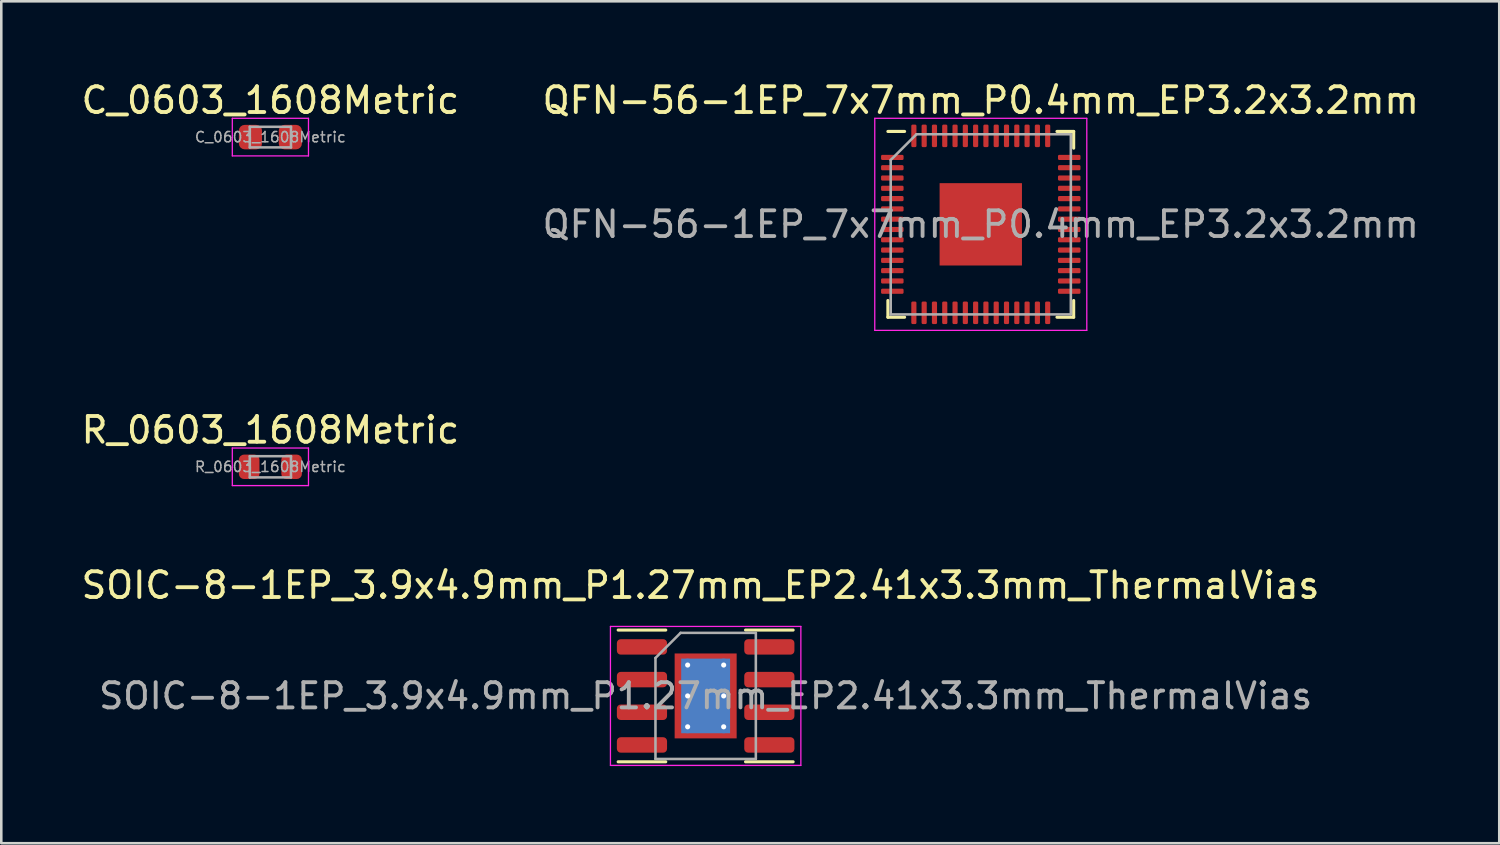
<source format=kicad_pcb>
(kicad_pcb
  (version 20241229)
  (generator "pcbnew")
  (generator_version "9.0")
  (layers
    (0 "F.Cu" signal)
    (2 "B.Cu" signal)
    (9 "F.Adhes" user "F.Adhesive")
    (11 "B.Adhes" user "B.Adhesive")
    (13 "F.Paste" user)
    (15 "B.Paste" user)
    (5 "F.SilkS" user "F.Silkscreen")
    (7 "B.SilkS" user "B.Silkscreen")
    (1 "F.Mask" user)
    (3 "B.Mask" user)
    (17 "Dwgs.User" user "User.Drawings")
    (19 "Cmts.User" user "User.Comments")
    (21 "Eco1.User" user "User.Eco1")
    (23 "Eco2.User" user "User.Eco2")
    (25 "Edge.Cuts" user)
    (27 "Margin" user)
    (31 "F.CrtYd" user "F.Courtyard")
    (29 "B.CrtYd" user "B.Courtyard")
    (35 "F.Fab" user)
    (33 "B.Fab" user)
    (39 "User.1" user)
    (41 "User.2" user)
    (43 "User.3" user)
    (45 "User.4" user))
  (footprint "R_0603_1608Metric"
    (layer "F.Cu")
    (at 7.458 15.091)
    (property "Reference" "R_0603_1608Metric" (at 0 -1.43 0) (layer "F.SilkS") (effects (font (size 1 1) (thickness 0.15))))
    (attr smd)
    (fp_line (start -1.48 -0.73) (end 1.48 -0.73) (stroke (width 0.05) (type solid)) (layer "F.CrtYd"))
    (fp_line (start -1.48 0.73) (end -1.48 -0.73) (stroke (width 0.05) (type solid)) (layer "F.CrtYd"))
    (fp_line (start 1.48 -0.73) (end 1.48 0.73) (stroke (width 0.05) (type solid)) (layer "F.CrtYd"))
    (fp_line (start 1.48 0.73) (end -1.48 0.73) (stroke (width 0.05) (type solid)) (layer "F.CrtYd"))
    (fp_line (start -0.8 -0.412) (end 0.8 -0.412) (stroke (width 0.1) (type solid)) (layer "F.Fab"))
    (fp_line (start -0.8 0.412) (end -0.8 -0.412) (stroke (width 0.1) (type solid)) (layer "F.Fab"))
    (fp_line (start 0.8 -0.412) (end 0.8 0.412) (stroke (width 0.1) (type solid)) (layer "F.Fab"))
    (fp_line (start 0.8 0.412) (end -0.8 0.412) (stroke (width 0.1) (type solid)) (layer "F.Fab"))
    (fp_text user "${REFERENCE}" (at 0 0 0) (layer "F.Fab") (effects (font (size 0.4 0.4) (thickness 0.06))))
    (pad "1" smd roundrect (at -0.825 0) (size 0.8 0.95) (layers "F.Cu" "F.Mask" "F.Paste") (roundrect_rratio 0.25))
    (pad "2" smd roundrect (at 0.825 0) (size 0.8 0.95) (layers "F.Cu" "F.Mask" "F.Paste") (roundrect_rratio 0.25)))
  (footprint "C_0603_1608Metric"
    (layer "F.Cu")
    (at 7.458 2.278)
    (property "Reference" "C_0603_1608Metric" (at 0 -1.43 0) (layer "F.SilkS") (effects (font (size 1 1) (thickness 0.15))))
    (attr smd)
    (fp_line (start -1.48 -0.73) (end 1.48 -0.73) (stroke (width 0.05) (type solid)) (layer "F.CrtYd"))
    (fp_line (start -1.48 0.73) (end -1.48 -0.73) (stroke (width 0.05) (type solid)) (layer "F.CrtYd"))
    (fp_line (start 1.48 -0.73) (end 1.48 0.73) (stroke (width 0.05) (type solid)) (layer "F.CrtYd"))
    (fp_line (start 1.48 0.73) (end -1.48 0.73) (stroke (width 0.05) (type solid)) (layer "F.CrtYd"))
    (fp_line (start -0.8 -0.4) (end 0.8 -0.4) (stroke (width 0.1) (type solid)) (layer "F.Fab"))
    (fp_line (start -0.8 0.4) (end -0.8 -0.4) (stroke (width 0.1) (type solid)) (layer "F.Fab"))
    (fp_line (start 0.8 -0.4) (end 0.8 0.4) (stroke (width 0.1) (type solid)) (layer "F.Fab"))
    (fp_line (start 0.8 0.4) (end -0.8 0.4) (stroke (width 0.1) (type solid)) (layer "F.Fab"))
    (fp_text user "${REFERENCE}" (at 0 0 0) (layer "F.Fab") (effects (font (size 0.4 0.4) (thickness 0.06))))
    (pad "1" smd roundrect (at -0.775 0) (size 0.9 0.95) (layers "F.Cu" "F.Mask" "F.Paste") (roundrect_rratio 0.25))
    (pad "2" smd roundrect (at 0.775 0) (size 0.9 0.95) (layers "F.Cu" "F.Mask" "F.Paste") (roundrect_rratio 0.25)))
  (footprint "QFN-56-1EP_7x7mm_P0.4mm_EP3.2x3.2mm"
    (layer "F.Cu")
    (at 35.065 5.668)
    (property "Reference" "QFN-56-1EP_7x7mm_P0.4mm_EP3.2x3.2mm" (at 0 -4.82 0) (layer "F.SilkS") (effects (font (size 1 1) (thickness 0.15))))
    (attr smd)
    (fp_line (start -3.61 3.61) (end -3.61 2.96) (stroke (width 0.12) (type solid)) (layer "F.SilkS"))
    (fp_line (start -2.96 -3.61) (end -3.61 -3.61) (stroke (width 0.12) (type solid)) (layer "F.SilkS"))
    (fp_line (start -2.96 3.61) (end -3.61 3.61) (stroke (width 0.12) (type solid)) (layer "F.SilkS"))
    (fp_line (start 2.96 -3.61) (end 3.61 -3.61) (stroke (width 0.12) (type solid)) (layer "F.SilkS"))
    (fp_line (start 2.96 3.61) (end 3.61 3.61) (stroke (width 0.12) (type solid)) (layer "F.SilkS"))
    (fp_line (start 3.61 -3.61) (end 3.61 -2.96) (stroke (width 0.12) (type solid)) (layer "F.SilkS"))
    (fp_line (start 3.61 3.61) (end 3.61 2.96) (stroke (width 0.12) (type solid)) (layer "F.SilkS"))
    (fp_line (start -4.12 -4.12) (end -4.12 4.12) (stroke (width 0.05) (type solid)) (layer "F.CrtYd"))
    (fp_line (start -4.12 4.12) (end 4.12 4.12) (stroke (width 0.05) (type solid)) (layer "F.CrtYd"))
    (fp_line (start 4.12 -4.12) (end -4.12 -4.12) (stroke (width 0.05) (type solid)) (layer "F.CrtYd"))
    (fp_line (start 4.12 4.12) (end 4.12 -4.12) (stroke (width 0.05) (type solid)) (layer "F.CrtYd"))
    (fp_line (start -3.5 -2.5) (end -2.5 -3.5) (stroke (width 0.1) (type solid)) (layer "F.Fab"))
    (fp_line (start -3.5 3.5) (end -3.5 -2.5) (stroke (width 0.1) (type solid)) (layer "F.Fab"))
    (fp_line (start -2.5 -3.5) (end 3.5 -3.5) (stroke (width 0.1) (type solid)) (layer "F.Fab"))
    (fp_line (start 3.5 -3.5) (end 3.5 3.5) (stroke (width 0.1) (type solid)) (layer "F.Fab"))
    (fp_line (start 3.5 3.5) (end -3.5 3.5) (stroke (width 0.1) (type solid)) (layer "F.Fab"))
    (fp_text user "${REFERENCE}" (at 0 0 0) (layer "F.Fab") (effects (font (size 1 1) (thickness 0.15))))
    (pad "" smd roundrect (at -0.7 -0.7) (size 1.13 1.13) (layers "F.Paste") (roundrect_rratio 0.221))
    (pad "" smd roundrect (at -0.7 0.7) (size 1.13 1.13) (layers "F.Paste") (roundrect_rratio 0.221))
    (pad "" smd roundrect (at 0.7 -0.7) (size 1.13 1.13) (layers "F.Paste") (roundrect_rratio 0.221))
    (pad "" smd roundrect (at 0.7 0.7) (size 1.13 1.13) (layers "F.Paste") (roundrect_rratio 0.221))
    (pad "1" smd roundrect (at -3.438 -2.6) (size 0.875 0.2) (layers "F.Cu" "F.Mask" "F.Paste") (roundrect_rratio 0.25))
    (pad "2" smd roundrect (at -3.438 -2.2) (size 0.875 0.2) (layers "F.Cu" "F.Mask" "F.Paste") (roundrect_rratio 0.25))
    (pad "3" smd roundrect (at -3.438 -1.8) (size 0.875 0.2) (layers "F.Cu" "F.Mask" "F.Paste") (roundrect_rratio 0.25))
    (pad "4" smd roundrect (at -3.438 -1.4) (size 0.875 0.2) (layers "F.Cu" "F.Mask" "F.Paste") (roundrect_rratio 0.25))
    (pad "5" smd roundrect (at -3.438 -1) (size 0.875 0.2) (layers "F.Cu" "F.Mask" "F.Paste") (roundrect_rratio 0.25))
    (pad "6" smd roundrect (at -3.438 -0.6) (size 0.875 0.2) (layers "F.Cu" "F.Mask" "F.Paste") (roundrect_rratio 0.25))
    (pad "7" smd roundrect (at -3.438 -0.2) (size 0.875 0.2) (layers "F.Cu" "F.Mask" "F.Paste") (roundrect_rratio 0.25))
    (pad "8" smd roundrect (at -3.438 0.2) (size 0.875 0.2) (layers "F.Cu" "F.Mask" "F.Paste") (roundrect_rratio 0.25))
    (pad "9" smd roundrect (at -3.438 0.6) (size 0.875 0.2) (layers "F.Cu" "F.Mask" "F.Paste") (roundrect_rratio 0.25))
    (pad "10" smd roundrect (at -3.438 1) (size 0.875 0.2) (layers "F.Cu" "F.Mask" "F.Paste") (roundrect_rratio 0.25))
    (pad "11" smd roundrect (at -3.438 1.4) (size 0.875 0.2) (layers "F.Cu" "F.Mask" "F.Paste") (roundrect_rratio 0.25))
    (pad "12" smd roundrect (at -3.438 1.8) (size 0.875 0.2) (layers "F.Cu" "F.Mask" "F.Paste") (roundrect_rratio 0.25))
    (pad "13" smd roundrect (at -3.438 2.2) (size 0.875 0.2) (layers "F.Cu" "F.Mask" "F.Paste") (roundrect_rratio 0.25))
    (pad "14" smd roundrect (at -3.438 2.6) (size 0.875 0.2) (layers "F.Cu" "F.Mask" "F.Paste") (roundrect_rratio 0.25))
    (pad "15" smd roundrect (at -2.6 3.438) (size 0.2 0.875) (layers "F.Cu" "F.Mask" "F.Paste") (roundrect_rratio 0.25))
    (pad "16" smd roundrect (at -2.2 3.438) (size 0.2 0.875) (layers "F.Cu" "F.Mask" "F.Paste") (roundrect_rratio 0.25))
    (pad "17" smd roundrect (at -1.8 3.438) (size 0.2 0.875) (layers "F.Cu" "F.Mask" "F.Paste") (roundrect_rratio 0.25))
    (pad "18" smd roundrect (at -1.4 3.438) (size 0.2 0.875) (layers "F.Cu" "F.Mask" "F.Paste") (roundrect_rratio 0.25))
    (pad "19" smd roundrect (at -1 3.438) (size 0.2 0.875) (layers "F.Cu" "F.Mask" "F.Paste") (roundrect_rratio 0.25))
    (pad "20" smd roundrect (at -0.6 3.438) (size 0.2 0.875) (layers "F.Cu" "F.Mask" "F.Paste") (roundrect_rratio 0.25))
    (pad "21" smd roundrect (at -0.2 3.438) (size 0.2 0.875) (layers "F.Cu" "F.Mask" "F.Paste") (roundrect_rratio 0.25))
    (pad "22" smd roundrect (at 0.2 3.438) (size 0.2 0.875) (layers "F.Cu" "F.Mask" "F.Paste") (roundrect_rratio 0.25))
    (pad "23" smd roundrect (at 0.6 3.438) (size 0.2 0.875) (layers "F.Cu" "F.Mask" "F.Paste") (roundrect_rratio 0.25))
    (pad "24" smd roundrect (at 1 3.438) (size 0.2 0.875) (layers "F.Cu" "F.Mask" "F.Paste") (roundrect_rratio 0.25))
    (pad "25" smd roundrect (at 1.4 3.438) (size 0.2 0.875) (layers "F.Cu" "F.Mask" "F.Paste") (roundrect_rratio 0.25))
    (pad "26" smd roundrect (at 1.8 3.438) (size 0.2 0.875) (layers "F.Cu" "F.Mask" "F.Paste") (roundrect_rratio 0.25))
    (pad "27" smd roundrect (at 2.2 3.438) (size 0.2 0.875) (layers "F.Cu" "F.Mask" "F.Paste") (roundrect_rratio 0.25))
    (pad "28" smd roundrect (at 2.6 3.438) (size 0.2 0.875) (layers "F.Cu" "F.Mask" "F.Paste") (roundrect_rratio 0.25))
    (pad "29" smd roundrect (at 3.438 2.6) (size 0.875 0.2) (layers "F.Cu" "F.Mask" "F.Paste") (roundrect_rratio 0.25))
    (pad "30" smd roundrect (at 3.438 2.2) (size 0.875 0.2) (layers "F.Cu" "F.Mask" "F.Paste") (roundrect_rratio 0.25))
    (pad "31" smd roundrect (at 3.438 1.8) (size 0.875 0.2) (layers "F.Cu" "F.Mask" "F.Paste") (roundrect_rratio 0.25))
    (pad "32" smd roundrect (at 3.438 1.4) (size 0.875 0.2) (layers "F.Cu" "F.Mask" "F.Paste") (roundrect_rratio 0.25))
    (pad "33" smd roundrect (at 3.438 1) (size 0.875 0.2) (layers "F.Cu" "F.Mask" "F.Paste") (roundrect_rratio 0.25))
    (pad "34" smd roundrect (at 3.438 0.6) (size 0.875 0.2) (layers "F.Cu" "F.Mask" "F.Paste") (roundrect_rratio 0.25))
    (pad "35" smd roundrect (at 3.438 0.2) (size 0.875 0.2) (layers "F.Cu" "F.Mask" "F.Paste") (roundrect_rratio 0.25))
    (pad "36" smd roundrect (at 3.438 -0.2) (size 0.875 0.2) (layers "F.Cu" "F.Mask" "F.Paste") (roundrect_rratio 0.25))
    (pad "37" smd roundrect (at 3.438 -0.6) (size 0.875 0.2) (layers "F.Cu" "F.Mask" "F.Paste") (roundrect_rratio 0.25))
    (pad "38" smd roundrect (at 3.438 -1) (size 0.875 0.2) (layers "F.Cu" "F.Mask" "F.Paste") (roundrect_rratio 0.25))
    (pad "39" smd roundrect (at 3.438 -1.4) (size 0.875 0.2) (layers "F.Cu" "F.Mask" "F.Paste") (roundrect_rratio 0.25))
    (pad "40" smd roundrect (at 3.438 -1.8) (size 0.875 0.2) (layers "F.Cu" "F.Mask" "F.Paste") (roundrect_rratio 0.25))
    (pad "41" smd roundrect (at 3.438 -2.2) (size 0.875 0.2) (layers "F.Cu" "F.Mask" "F.Paste") (roundrect_rratio 0.25))
    (pad "42" smd roundrect (at 3.438 -2.6) (size 0.875 0.2) (layers "F.Cu" "F.Mask" "F.Paste") (roundrect_rratio 0.25))
    (pad "43" smd roundrect (at 2.6 -3.438) (size 0.2 0.875) (layers "F.Cu" "F.Mask" "F.Paste") (roundrect_rratio 0.25))
    (pad "44" smd roundrect (at 2.2 -3.438) (size 0.2 0.875) (layers "F.Cu" "F.Mask" "F.Paste") (roundrect_rratio 0.25))
    (pad "45" smd roundrect (at 1.8 -3.438) (size 0.2 0.875) (layers "F.Cu" "F.Mask" "F.Paste") (roundrect_rratio 0.25))
    (pad "46" smd roundrect (at 1.4 -3.438) (size 0.2 0.875) (layers "F.Cu" "F.Mask" "F.Paste") (roundrect_rratio 0.25))
    (pad "47" smd roundrect (at 1 -3.438) (size 0.2 0.875) (layers "F.Cu" "F.Mask" "F.Paste") (roundrect_rratio 0.25))
    (pad "48" smd roundrect (at 0.6 -3.438) (size 0.2 0.875) (layers "F.Cu" "F.Mask" "F.Paste") (roundrect_rratio 0.25))
    (pad "49" smd roundrect (at 0.2 -3.438) (size 0.2 0.875) (layers "F.Cu" "F.Mask" "F.Paste") (roundrect_rratio 0.25))
    (pad "50" smd roundrect (at -0.2 -3.438) (size 0.2 0.875) (layers "F.Cu" "F.Mask" "F.Paste") (roundrect_rratio 0.25))
    (pad "51" smd roundrect (at -0.6 -3.438) (size 0.2 0.875) (layers "F.Cu" "F.Mask" "F.Paste") (roundrect_rratio 0.25))
    (pad "52" smd roundrect (at -1 -3.438) (size 0.2 0.875) (layers "F.Cu" "F.Mask" "F.Paste") (roundrect_rratio 0.25))
    (pad "53" smd roundrect (at -1.4 -3.438) (size 0.2 0.875) (layers "F.Cu" "F.Mask" "F.Paste") (roundrect_rratio 0.25))
    (pad "54" smd roundrect (at -1.8 -3.438) (size 0.2 0.875) (layers "F.Cu" "F.Mask" "F.Paste") (roundrect_rratio 0.25))
    (pad "55" smd roundrect (at -2.2 -3.438) (size 0.2 0.875) (layers "F.Cu" "F.Mask" "F.Paste") (roundrect_rratio 0.25))
    (pad "56" smd roundrect (at -2.6 -3.438) (size 0.2 0.875) (layers "F.Cu" "F.Mask" "F.Paste") (roundrect_rratio 0.25))
    (pad "57" smd rect (at 0 0) (size 3.2 3.2) (layers "F.Cu" "F.Mask")))
  (footprint "SOIC-8-1EP_3.9x4.9mm_P1.27mm_EP2.41x3.3mm_ThermalVias"
    (layer "F.Cu")
    (at 24.373 23.995)
    (property "Reference" "SOIC-8-1EP_3.9x4.9mm_P1.27mm_EP2.41x3.3mm_ThermalVias" (at -0.2 -4.3 0) (layer "F.SilkS") (effects (font (size 1 1) (thickness 0.15))))
    (attr smd)
    (fp_line (start -1.55 -2.56) (end -3.4 -2.56) (stroke (width 0.12) (type solid)) (layer "F.SilkS"))
    (fp_line (start -1.55 2.56) (end -3.4 2.56) (stroke (width 0.12) (type solid)) (layer "F.SilkS"))
    (fp_line (start 1.55 -2.56) (end 3.4 -2.56) (stroke (width 0.12) (type solid)) (layer "F.SilkS"))
    (fp_line (start 1.55 2.56) (end 3.4 2.56) (stroke (width 0.12) (type solid)) (layer "F.SilkS"))
    (fp_line (start -3.7 -2.7) (end -3.7 2.7) (stroke (width 0.05) (type solid)) (layer "F.CrtYd"))
    (fp_line (start -3.7 2.7) (end 3.7 2.7) (stroke (width 0.05) (type solid)) (layer "F.CrtYd"))
    (fp_line (start 3.7 -2.7) (end -3.7 -2.7) (stroke (width 0.05) (type solid)) (layer "F.CrtYd"))
    (fp_line (start 3.7 2.7) (end 3.7 -2.7) (stroke (width 0.05) (type solid)) (layer "F.CrtYd"))
    (fp_line (start -1.95 -1.475) (end -0.975 -2.45) (stroke (width 0.1) (type solid)) (layer "F.Fab"))
    (fp_line (start -1.95 2.45) (end -1.95 -1.475) (stroke (width 0.1) (type solid)) (layer "F.Fab"))
    (fp_line (start -0.975 -2.45) (end 1.95 -2.45) (stroke (width 0.1) (type solid)) (layer "F.Fab"))
    (fp_line (start 1.95 -2.45) (end 1.95 2.45) (stroke (width 0.1) (type solid)) (layer "F.Fab"))
    (fp_line (start 1.95 2.45) (end -1.95 2.45) (stroke (width 0.1) (type solid)) (layer "F.Fab"))
    (fp_text user "${REFERENCE}" (at 0 0 0) (layer "F.Fab") (effects (font (size 0.98 0.98) (thickness 0.15))))
    (pad "" smd roundrect (at -0.6 -0.825) (size 1.01 1.38) (layers "F.Paste") (roundrect_rratio 0.248))
    (pad "" smd roundrect (at -0.6 0.825) (size 1.01 1.38) (layers "F.Paste") (roundrect_rratio 0.248))
    (pad "" smd roundrect (at 0.6 -0.825) (size 1.01 1.38) (layers "F.Paste") (roundrect_rratio 0.248))
    (pad "" smd roundrect (at 0.6 0.825) (size 1.01 1.38) (layers "F.Paste") (roundrect_rratio 0.248))
    (pad "1" smd roundrect (at -2.475 -1.905) (size 1.95 0.6) (layers "F.Cu" "F.Mask" "F.Paste") (roundrect_rratio 0.25))
    (pad "2" smd roundrect (at -2.475 -0.635) (size 1.95 0.6) (layers "F.Cu" "F.Mask" "F.Paste") (roundrect_rratio 0.25))
    (pad "3" smd roundrect (at -2.475 0.635) (size 1.95 0.6) (layers "F.Cu" "F.Mask" "F.Paste") (roundrect_rratio 0.25))
    (pad "4" smd roundrect (at -2.475 1.905) (size 1.95 0.6) (layers "F.Cu" "F.Mask" "F.Paste") (roundrect_rratio 0.25))
    (pad "5" smd roundrect (at 2.475 1.905) (size 1.95 0.6) (layers "F.Cu" "F.Mask" "F.Paste") (roundrect_rratio 0.25))
    (pad "6" smd roundrect (at 2.475 0.635) (size 1.95 0.6) (layers "F.Cu" "F.Mask" "F.Paste") (roundrect_rratio 0.25))
    (pad "7" smd roundrect (at 2.475 -0.635) (size 1.95 0.6) (layers "F.Cu" "F.Mask" "F.Paste") (roundrect_rratio 0.25))
    (pad "8" smd roundrect (at 2.475 -1.905) (size 1.95 0.6) (layers "F.Cu" "F.Mask" "F.Paste") (roundrect_rratio 0.25))
    (pad "9" thru_hole circle (at -0.7 -1.2) (size 0.5 0.5) (drill 0.2) (layers "*.Cu"))
    (pad "9" thru_hole circle (at -0.7 0) (size 0.5 0.5) (drill 0.2) (layers "*.Cu"))
    (pad "9" thru_hole circle (at -0.7 1.2) (size 0.5 0.5) (drill 0.2) (layers "*.Cu"))
    (pad "9" smd rect (at 0 0) (size 1.9 2.9) (layers "B.Cu"))
    (pad "9" smd rect (at 0 0) (size 2.41 3.3) (layers "F.Cu" "F.Mask"))
    (pad "9" thru_hole circle (at 0.7 -1.2) (size 0.5 0.5) (drill 0.2) (layers "*.Cu"))
    (pad "9" thru_hole circle (at 0.7 0) (size 0.5 0.5) (drill 0.2) (layers "*.Cu"))
    (pad "9" thru_hole circle (at 0.7 1.2) (size 0.5 0.5) (drill 0.2) (layers "*.Cu")))
  (gr_rect
    (start -3 -3)
    (end 55.214 29.72)
    (stroke (width 0.1) (type default))
    (fill no)
    (layer "Edge.Cuts")))
</source>
